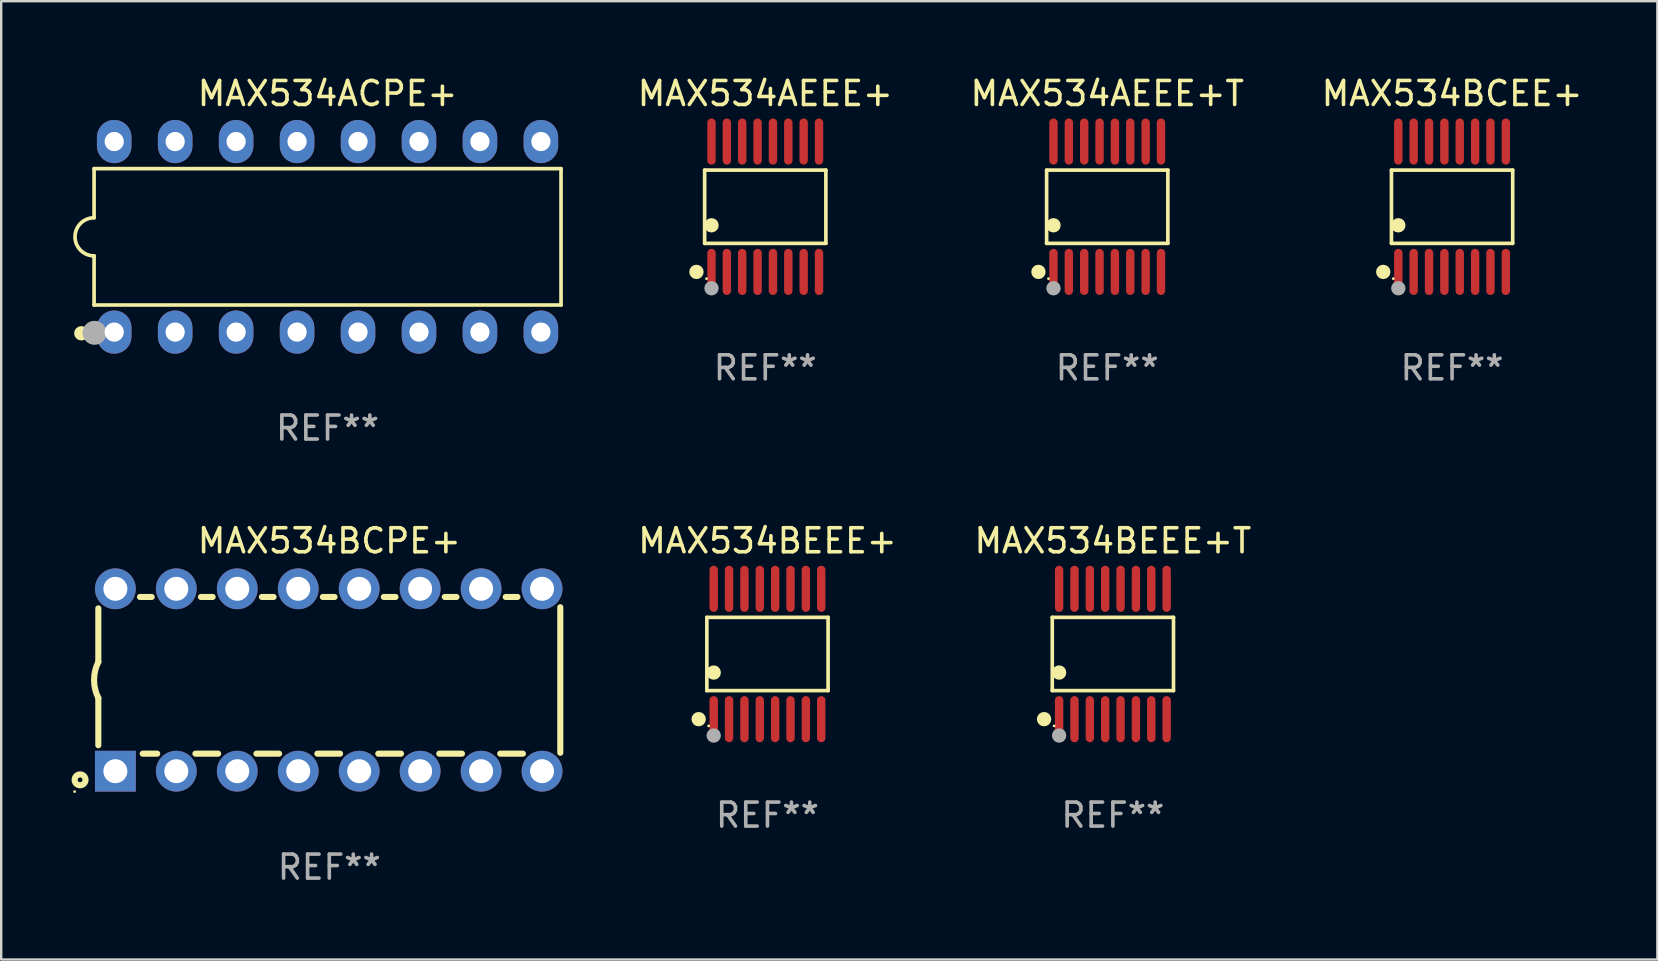
<source format=kicad_pcb>
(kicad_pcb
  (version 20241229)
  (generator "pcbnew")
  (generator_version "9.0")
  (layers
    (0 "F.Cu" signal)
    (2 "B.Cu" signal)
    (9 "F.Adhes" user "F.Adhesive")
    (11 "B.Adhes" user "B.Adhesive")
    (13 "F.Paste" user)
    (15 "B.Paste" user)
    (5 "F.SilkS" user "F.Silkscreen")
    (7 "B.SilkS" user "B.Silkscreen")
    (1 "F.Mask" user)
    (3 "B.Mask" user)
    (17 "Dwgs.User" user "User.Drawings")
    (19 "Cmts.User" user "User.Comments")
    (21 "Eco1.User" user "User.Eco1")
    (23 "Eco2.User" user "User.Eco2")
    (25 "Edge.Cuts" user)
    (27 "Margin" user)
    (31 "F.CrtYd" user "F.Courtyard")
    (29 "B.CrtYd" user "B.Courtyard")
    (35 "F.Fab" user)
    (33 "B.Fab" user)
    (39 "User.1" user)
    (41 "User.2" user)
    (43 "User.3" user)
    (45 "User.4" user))
  (footprint "MAX534AEEE+"
    (layer "F.Cu")
    (at 28.838 5.564)
    (property "Reference" "MAX534AEEE+" (at 0 -4.716 0) (layer "F.SilkS") (effects (font (size 1 1) (thickness 0.15))))
    (attr through_hole)
    (fp_line (start -2.526 -1.526) (end 2.526 -1.526) (stroke (width 0.152) (type solid)) (layer "F.SilkS"))
    (fp_line (start -2.526 1.526) (end -2.526 -1.526) (stroke (width 0.152) (type solid)) (layer "F.SilkS"))
    (fp_line (start 2.526 -1.526) (end 2.526 1.526) (stroke (width 0.152) (type solid)) (layer "F.SilkS"))
    (fp_line (start 2.526 1.526) (end -2.526 1.526) (stroke (width 0.152) (type solid)) (layer "F.SilkS"))
    (fp_circle (center -2.867 2.716) (end -2.717 2.716) (stroke (width 0.3) (type solid)) (fill no) (layer "F.SilkS"))
    (fp_circle (center -2.45 2.997) (end -2.42 2.997) (stroke (width 0.06) (type solid)) (fill no) (layer "F.SilkS"))
    (fp_circle (center -2.24 0.774) (end -2.09 0.774) (stroke (width 0.3) (type solid)) (fill no) (layer "F.SilkS"))
    (fp_circle (center -2.24 3.398) (end -2.09 3.398) (stroke (width 0.3) (type solid)) (fill no) (layer "F.Fab"))
    (fp_text user "REF**" (at 0 6.716 0) (layer "F.Fab") (effects (font (size 1 1) (thickness 0.15))))
    (pad "1" smd oval (at -2.24 2.716) (size 0.35 1.922) (layers "F.Cu" "F.Mask" "F.Paste"))
    (pad "2" smd oval (at -1.6 2.716) (size 0.35 1.922) (layers "F.Cu" "F.Mask" "F.Paste"))
    (pad "3" smd oval (at -0.96 2.716) (size 0.35 1.922) (layers "F.Cu" "F.Mask" "F.Paste"))
    (pad "4" smd oval (at -0.32 2.716) (size 0.35 1.922) (layers "F.Cu" "F.Mask" "F.Paste"))
    (pad "5" smd oval (at 0.32 2.716) (size 0.35 1.922) (layers "F.Cu" "F.Mask" "F.Paste"))
    (pad "6" smd oval (at 0.96 2.716) (size 0.35 1.922) (layers "F.Cu" "F.Mask" "F.Paste"))
    (pad "7" smd oval (at 1.6 2.716) (size 0.35 1.922) (layers "F.Cu" "F.Mask" "F.Paste"))
    (pad "8" smd oval (at 2.24 2.716) (size 0.35 1.922) (layers "F.Cu" "F.Mask" "F.Paste"))
    (pad "9" smd oval (at 2.24 -2.716) (size 0.35 1.922) (layers "F.Cu" "F.Mask" "F.Paste"))
    (pad "10" smd oval (at 1.6 -2.716) (size 0.35 1.922) (layers "F.Cu" "F.Mask" "F.Paste"))
    (pad "11" smd oval (at 0.96 -2.716) (size 0.35 1.922) (layers "F.Cu" "F.Mask" "F.Paste"))
    (pad "12" smd oval (at 0.32 -2.716) (size 0.35 1.922) (layers "F.Cu" "F.Mask" "F.Paste"))
    (pad "13" smd oval (at -0.32 -2.716) (size 0.35 1.922) (layers "F.Cu" "F.Mask" "F.Paste"))
    (pad "14" smd oval (at -0.96 -2.716) (size 0.35 1.922) (layers "F.Cu" "F.Mask" "F.Paste"))
    (pad "15" smd oval (at -1.6 -2.716) (size 0.35 1.922) (layers "F.Cu" "F.Mask" "F.Paste"))
    (pad "16" smd oval (at -2.24 -2.716) (size 0.35 1.922) (layers "F.Cu" "F.Mask" "F.Paste")))
  (footprint "MAX534BEEE+T"
    (layer "F.Cu")
    (at 43.323 24.201)
    (property "Reference" "MAX534BEEE+T" (at 0 -4.716 0) (layer "F.SilkS") (effects (font (size 1 1) (thickness 0.15))))
    (attr through_hole)
    (fp_line (start -2.526 -1.526) (end 2.526 -1.526) (stroke (width 0.152) (type solid)) (layer "F.SilkS"))
    (fp_line (start -2.526 1.526) (end -2.526 -1.526) (stroke (width 0.152) (type solid)) (layer "F.SilkS"))
    (fp_line (start 2.526 -1.526) (end 2.526 1.526) (stroke (width 0.152) (type solid)) (layer "F.SilkS"))
    (fp_line (start 2.526 1.526) (end -2.526 1.526) (stroke (width 0.152) (type solid)) (layer "F.SilkS"))
    (fp_circle (center -2.867 2.716) (end -2.717 2.716) (stroke (width 0.3) (type solid)) (fill no) (layer "F.SilkS"))
    (fp_circle (center -2.45 2.997) (end -2.42 2.997) (stroke (width 0.06) (type solid)) (fill no) (layer "F.SilkS"))
    (fp_circle (center -2.24 0.774) (end -2.09 0.774) (stroke (width 0.3) (type solid)) (fill no) (layer "F.SilkS"))
    (fp_circle (center -2.24 3.398) (end -2.09 3.398) (stroke (width 0.3) (type solid)) (fill no) (layer "F.Fab"))
    (fp_text user "REF**" (at 0 6.716 0) (layer "F.Fab") (effects (font (size 1 1) (thickness 0.15))))
    (pad "1" smd oval (at -2.24 2.716) (size 0.35 1.922) (layers "F.Cu" "F.Mask" "F.Paste"))
    (pad "2" smd oval (at -1.6 2.716) (size 0.35 1.922) (layers "F.Cu" "F.Mask" "F.Paste"))
    (pad "3" smd oval (at -0.96 2.716) (size 0.35 1.922) (layers "F.Cu" "F.Mask" "F.Paste"))
    (pad "4" smd oval (at -0.32 2.716) (size 0.35 1.922) (layers "F.Cu" "F.Mask" "F.Paste"))
    (pad "5" smd oval (at 0.32 2.716) (size 0.35 1.922) (layers "F.Cu" "F.Mask" "F.Paste"))
    (pad "6" smd oval (at 0.96 2.716) (size 0.35 1.922) (layers "F.Cu" "F.Mask" "F.Paste"))
    (pad "7" smd oval (at 1.6 2.716) (size 0.35 1.922) (layers "F.Cu" "F.Mask" "F.Paste"))
    (pad "8" smd oval (at 2.24 2.716) (size 0.35 1.922) (layers "F.Cu" "F.Mask" "F.Paste"))
    (pad "9" smd oval (at 2.24 -2.716) (size 0.35 1.922) (layers "F.Cu" "F.Mask" "F.Paste"))
    (pad "10" smd oval (at 1.6 -2.716) (size 0.35 1.922) (layers "F.Cu" "F.Mask" "F.Paste"))
    (pad "11" smd oval (at 0.96 -2.716) (size 0.35 1.922) (layers "F.Cu" "F.Mask" "F.Paste"))
    (pad "12" smd oval (at 0.32 -2.716) (size 0.35 1.922) (layers "F.Cu" "F.Mask" "F.Paste"))
    (pad "13" smd oval (at -0.32 -2.716) (size 0.35 1.922) (layers "F.Cu" "F.Mask" "F.Paste"))
    (pad "14" smd oval (at -0.96 -2.716) (size 0.35 1.922) (layers "F.Cu" "F.Mask" "F.Paste"))
    (pad "15" smd oval (at -1.6 -2.716) (size 0.35 1.922) (layers "F.Cu" "F.Mask" "F.Paste"))
    (pad "16" smd oval (at -2.24 -2.716) (size 0.35 1.922) (layers "F.Cu" "F.Mask" "F.Paste")))
  (footprint "MAX534BEEE+"
    (layer "F.Cu")
    (at 28.93 24.201)
    (property "Reference" "MAX534BEEE+" (at 0 -4.716 0) (layer "F.SilkS") (effects (font (size 1 1) (thickness 0.15))))
    (attr through_hole)
    (fp_line (start -2.526 -1.526) (end 2.526 -1.526) (stroke (width 0.152) (type solid)) (layer "F.SilkS"))
    (fp_line (start -2.526 1.526) (end -2.526 -1.526) (stroke (width 0.152) (type solid)) (layer "F.SilkS"))
    (fp_line (start 2.526 -1.526) (end 2.526 1.526) (stroke (width 0.152) (type solid)) (layer "F.SilkS"))
    (fp_line (start 2.526 1.526) (end -2.526 1.526) (stroke (width 0.152) (type solid)) (layer "F.SilkS"))
    (fp_circle (center -2.867 2.716) (end -2.717 2.716) (stroke (width 0.3) (type solid)) (fill no) (layer "F.SilkS"))
    (fp_circle (center -2.45 2.997) (end -2.42 2.997) (stroke (width 0.06) (type solid)) (fill no) (layer "F.SilkS"))
    (fp_circle (center -2.24 0.774) (end -2.09 0.774) (stroke (width 0.3) (type solid)) (fill no) (layer "F.SilkS"))
    (fp_circle (center -2.24 3.398) (end -2.09 3.398) (stroke (width 0.3) (type solid)) (fill no) (layer "F.Fab"))
    (fp_text user "REF**" (at 0 6.716 0) (layer "F.Fab") (effects (font (size 1 1) (thickness 0.15))))
    (pad "1" smd oval (at -2.24 2.716) (size 0.35 1.922) (layers "F.Cu" "F.Mask" "F.Paste"))
    (pad "2" smd oval (at -1.6 2.716) (size 0.35 1.922) (layers "F.Cu" "F.Mask" "F.Paste"))
    (pad "3" smd oval (at -0.96 2.716) (size 0.35 1.922) (layers "F.Cu" "F.Mask" "F.Paste"))
    (pad "4" smd oval (at -0.32 2.716) (size 0.35 1.922) (layers "F.Cu" "F.Mask" "F.Paste"))
    (pad "5" smd oval (at 0.32 2.716) (size 0.35 1.922) (layers "F.Cu" "F.Mask" "F.Paste"))
    (pad "6" smd oval (at 0.96 2.716) (size 0.35 1.922) (layers "F.Cu" "F.Mask" "F.Paste"))
    (pad "7" smd oval (at 1.6 2.716) (size 0.35 1.922) (layers "F.Cu" "F.Mask" "F.Paste"))
    (pad "8" smd oval (at 2.24 2.716) (size 0.35 1.922) (layers "F.Cu" "F.Mask" "F.Paste"))
    (pad "9" smd oval (at 2.24 -2.716) (size 0.35 1.922) (layers "F.Cu" "F.Mask" "F.Paste"))
    (pad "10" smd oval (at 1.6 -2.716) (size 0.35 1.922) (layers "F.Cu" "F.Mask" "F.Paste"))
    (pad "11" smd oval (at 0.96 -2.716) (size 0.35 1.922) (layers "F.Cu" "F.Mask" "F.Paste"))
    (pad "12" smd oval (at 0.32 -2.716) (size 0.35 1.922) (layers "F.Cu" "F.Mask" "F.Paste"))
    (pad "13" smd oval (at -0.32 -2.716) (size 0.35 1.922) (layers "F.Cu" "F.Mask" "F.Paste"))
    (pad "14" smd oval (at -0.96 -2.716) (size 0.35 1.922) (layers "F.Cu" "F.Mask" "F.Paste"))
    (pad "15" smd oval (at -1.6 -2.716) (size 0.35 1.922) (layers "F.Cu" "F.Mask" "F.Paste"))
    (pad "16" smd oval (at -2.24 -2.716) (size 0.35 1.922) (layers "F.Cu" "F.Mask" "F.Paste")))
  (footprint "MAX534ACPE+"
    (layer "F.Cu")
    (at 10.599 6.818)
    (property "Reference" "MAX534ACPE+" (at 0 -5.97 0) (layer "F.SilkS") (effects (font (size 1 1) (thickness 0.15))))
    (attr through_hole)
    (fp_line (start -9.729 -2.841) (end -9.729 -0.794) (stroke (width 0.152) (type solid)) (layer "F.SilkS"))
    (fp_line (start -9.729 0.794) (end -9.729 2.841) (stroke (width 0.152) (type solid)) (layer "F.SilkS"))
    (fp_line (start -9.729 2.841) (end 9.729 2.841) (stroke (width 0.152) (type solid)) (layer "F.SilkS"))
    (fp_line (start 9.729 -2.841) (end -9.729 -2.841) (stroke (width 0.152) (type solid)) (layer "F.SilkS"))
    (fp_line (start 9.729 2.841) (end 9.729 -2.841) (stroke (width 0.152) (type solid)) (layer "F.SilkS"))
    (fp_arc (start -9.7287 0.793749) (mid -10.522449 0) (end -9.7287 -0.793749) (stroke (width 0.1524) (type solid)) (layer "F.SilkS"))
    (fp_circle (center -10.26 4.02) (end -10.11 4.02) (stroke (width 0.3) (type solid)) (fill no) (layer "F.SilkS"))
    (fp_circle (center -9.653 4.23) (end -9.623 4.23) (stroke (width 0.06) (type solid)) (fill no) (layer "F.SilkS"))
    (fp_circle (center -9.71 4) (end -9.46 4) (stroke (width 0.5) (type solid)) (fill no) (layer "F.Fab"))
    (fp_text user "REF**" (at 0 7.97 0) (layer "F.Fab") (effects (font (size 1 1) (thickness 0.15))))
    (pad "1" thru_hole oval (at -8.89 3.97) (size 1.44 1.8) (drill 0.8) (layers "*.Cu" "*.Mask"))
    (pad "2" thru_hole oval (at -6.35 3.97) (size 1.44 1.8) (drill 0.8) (layers "*.Cu" "*.Mask"))
    (pad "3" thru_hole oval (at -3.81 3.97) (size 1.44 1.8) (drill 0.8) (layers "*.Cu" "*.Mask"))
    (pad "4" thru_hole oval (at -1.27 3.97) (size 1.44 1.8) (drill 0.8) (layers "*.Cu" "*.Mask"))
    (pad "5" thru_hole oval (at 1.27 3.97) (size 1.44 1.8) (drill 0.8) (layers "*.Cu" "*.Mask"))
    (pad "6" thru_hole oval (at 3.81 3.97) (size 1.44 1.8) (drill 0.8) (layers "*.Cu" "*.Mask"))
    (pad "7" thru_hole oval (at 6.35 3.97) (size 1.44 1.8) (drill 0.8) (layers "*.Cu" "*.Mask"))
    (pad "8" thru_hole oval (at 8.89 3.97) (size 1.44 1.8) (drill 0.8) (layers "*.Cu" "*.Mask"))
    (pad "9" thru_hole oval (at 8.89 -3.97) (size 1.44 1.8) (drill 0.8) (layers "*.Cu" "*.Mask"))
    (pad "10" thru_hole oval (at 6.35 -3.97) (size 1.44 1.8) (drill 0.8) (layers "*.Cu" "*.Mask"))
    (pad "11" thru_hole oval (at 3.81 -3.97) (size 1.44 1.8) (drill 0.8) (layers "*.Cu" "*.Mask"))
    (pad "12" thru_hole oval (at 1.27 -3.97) (size 1.44 1.8) (drill 0.8) (layers "*.Cu" "*.Mask"))
    (pad "13" thru_hole oval (at -1.27 -3.97) (size 1.44 1.8) (drill 0.8) (layers "*.Cu" "*.Mask"))
    (pad "14" thru_hole oval (at -3.81 -3.97) (size 1.44 1.8) (drill 0.8) (layers "*.Cu" "*.Mask"))
    (pad "15" thru_hole oval (at -6.35 -3.97) (size 1.44 1.8) (drill 0.8) (layers "*.Cu" "*.Mask"))
    (pad "16" thru_hole oval (at -8.89 -3.97) (size 1.44 1.8) (drill 0.8) (layers "*.Cu" "*.Mask")))
  (footprint "MAX534BCPE+"
    (layer "F.Cu")
    (at 10.672 25.285)
    (property "Reference" "MAX534BCPE+" (at 0 -5.8 0) (layer "F.SilkS") (effects (font (size 1 1) (thickness 0.15))))
    (attr through_hole)
    (fp_line (start -9.625 -0.75) (end -9.625 -2.985) (stroke (width 0.254) (type solid)) (layer "F.SilkS"))
    (fp_line (start -9.625 0.749) (end -9.625 2.719) (stroke (width 0.254) (type solid)) (layer "F.SilkS"))
    (fp_line (start -7.889 -3.46) (end -7.401 -3.46) (stroke (width 0.254) (type solid)) (layer "F.SilkS"))
    (fp_line (start -7.775 3.07) (end -7.172 3.07) (stroke (width 0.254) (type solid)) (layer "F.SilkS"))
    (fp_line (start -5.578 3.07) (end -4.632 3.07) (stroke (width 0.254) (type solid)) (layer "F.SilkS"))
    (fp_line (start -5.349 -3.46) (end -4.861 -3.46) (stroke (width 0.254) (type solid)) (layer "F.SilkS"))
    (fp_line (start -3.038 3.07) (end -2.092 3.07) (stroke (width 0.254) (type solid)) (layer "F.SilkS"))
    (fp_line (start -2.809 -3.46) (end -2.321 -3.46) (stroke (width 0.254) (type solid)) (layer "F.SilkS"))
    (fp_line (start -0.498 3.07) (end 0.448 3.07) (stroke (width 0.254) (type solid)) (layer "F.SilkS"))
    (fp_line (start -0.269 -3.46) (end 0.219 -3.46) (stroke (width 0.254) (type solid)) (layer "F.SilkS"))
    (fp_line (start 2.042 3.07) (end 2.988 3.07) (stroke (width 0.254) (type solid)) (layer "F.SilkS"))
    (fp_line (start 2.271 -3.46) (end 2.759 -3.46) (stroke (width 0.254) (type solid)) (layer "F.SilkS"))
    (fp_line (start 4.582 3.07) (end 5.528 3.07) (stroke (width 0.254) (type solid)) (layer "F.SilkS"))
    (fp_line (start 4.811 -3.46) (end 5.299 -3.46) (stroke (width 0.254) (type solid)) (layer "F.SilkS"))
    (fp_line (start 7.122 3.07) (end 8.068 3.07) (stroke (width 0.254) (type solid)) (layer "F.SilkS"))
    (fp_line (start 7.351 -3.46) (end 7.839 -3.46) (stroke (width 0.254) (type solid)) (layer "F.SilkS"))
    (fp_line (start 9.625 3.032) (end 9.625 -3.032) (stroke (width 0.254) (type solid)) (layer "F.SilkS"))
    (fp_arc (start -9.62498 0.748819) (mid -9.801899 -0.000581) (end -9.625006 -0.749987) (stroke (width 0.254001) (type solid)) (layer "F.SilkS"))
    (fp_circle (center -10.612 4.65) (end -10.582 4.65) (stroke (width 0.06) (type solid)) (fill no) (layer "F.SilkS"))
    (fp_circle (center -10.385 4.16) (end -10.285 4.16) (stroke (width 0.254) (type solid)) (fill no) (layer "F.SilkS"))
    (fp_text user "REF**" (at 0 7.8 0) (layer "F.Fab") (effects (font (size 1 1) (thickness 0.15))))
    (pad "1" thru_hole rect (at -8.915 3.8 90) (size 1.7 1.7) (drill 1) (layers "*.Cu" "*.Mask"))
    (pad "2" thru_hole circle (at -6.375 3.8) (size 1.7 1.7) (drill 1) (layers "*.Cu" "*.Mask"))
    (pad "3" thru_hole circle (at -3.835 3.8) (size 1.7 1.7) (drill 1) (layers "*.Cu" "*.Mask"))
    (pad "4" thru_hole circle (at -1.295 3.8) (size 1.7 1.7) (drill 1) (layers "*.Cu" "*.Mask"))
    (pad "5" thru_hole circle (at 1.245 3.8) (size 1.7 1.7) (drill 1) (layers "*.Cu" "*.Mask"))
    (pad "6" thru_hole circle (at 3.785 3.8) (size 1.7 1.7) (drill 1) (layers "*.Cu" "*.Mask"))
    (pad "7" thru_hole circle (at 6.325 3.8) (size 1.7 1.7) (drill 1) (layers "*.Cu" "*.Mask"))
    (pad "8" thru_hole circle (at 8.865 3.8) (size 1.7 1.7) (drill 1) (layers "*.Cu" "*.Mask"))
    (pad "9" thru_hole circle (at 8.865 -3.8) (size 1.7 1.7) (drill 1) (layers "*.Cu" "*.Mask"))
    (pad "10" thru_hole circle (at 6.325 -3.8) (size 1.7 1.7) (drill 1) (layers "*.Cu" "*.Mask"))
    (pad "11" thru_hole circle (at 3.785 -3.8) (size 1.7 1.7) (drill 1) (layers "*.Cu" "*.Mask"))
    (pad "12" thru_hole circle (at 1.245 -3.8) (size 1.7 1.7) (drill 1) (layers "*.Cu" "*.Mask"))
    (pad "13" thru_hole circle (at -1.295 -3.8) (size 1.7 1.7) (drill 1) (layers "*.Cu" "*.Mask"))
    (pad "14" thru_hole circle (at -3.835 -3.8) (size 1.7 1.7) (drill 1) (layers "*.Cu" "*.Mask"))
    (pad "15" thru_hole circle (at -6.375 -3.8) (size 1.7 1.7) (drill 1) (layers "*.Cu" "*.Mask"))
    (pad "16" thru_hole circle (at -8.915 -3.8) (size 1.7 1.7) (drill 1) (layers "*.Cu" "*.Mask")))
  (footprint "MAX534AEEE+T"
    (layer "F.Cu")
    (at 43.088 5.564)
    (property "Reference" "MAX534AEEE+T" (at 0 -4.716 0) (layer "F.SilkS") (effects (font (size 1 1) (thickness 0.15))))
    (attr through_hole)
    (fp_line (start -2.526 -1.526) (end 2.526 -1.526) (stroke (width 0.152) (type solid)) (layer "F.SilkS"))
    (fp_line (start -2.526 1.526) (end -2.526 -1.526) (stroke (width 0.152) (type solid)) (layer "F.SilkS"))
    (fp_line (start 2.526 -1.526) (end 2.526 1.526) (stroke (width 0.152) (type solid)) (layer "F.SilkS"))
    (fp_line (start 2.526 1.526) (end -2.526 1.526) (stroke (width 0.152) (type solid)) (layer "F.SilkS"))
    (fp_circle (center -2.867 2.716) (end -2.717 2.716) (stroke (width 0.3) (type solid)) (fill no) (layer "F.SilkS"))
    (fp_circle (center -2.45 2.997) (end -2.42 2.997) (stroke (width 0.06) (type solid)) (fill no) (layer "F.SilkS"))
    (fp_circle (center -2.24 0.774) (end -2.09 0.774) (stroke (width 0.3) (type solid)) (fill no) (layer "F.SilkS"))
    (fp_circle (center -2.24 3.398) (end -2.09 3.398) (stroke (width 0.3) (type solid)) (fill no) (layer "F.Fab"))
    (fp_text user "REF**" (at 0 6.716 0) (layer "F.Fab") (effects (font (size 1 1) (thickness 0.15))))
    (pad "1" smd oval (at -2.24 2.716) (size 0.35 1.922) (layers "F.Cu" "F.Mask" "F.Paste"))
    (pad "2" smd oval (at -1.6 2.716) (size 0.35 1.922) (layers "F.Cu" "F.Mask" "F.Paste"))
    (pad "3" smd oval (at -0.96 2.716) (size 0.35 1.922) (layers "F.Cu" "F.Mask" "F.Paste"))
    (pad "4" smd oval (at -0.32 2.716) (size 0.35 1.922) (layers "F.Cu" "F.Mask" "F.Paste"))
    (pad "5" smd oval (at 0.32 2.716) (size 0.35 1.922) (layers "F.Cu" "F.Mask" "F.Paste"))
    (pad "6" smd oval (at 0.96 2.716) (size 0.35 1.922) (layers "F.Cu" "F.Mask" "F.Paste"))
    (pad "7" smd oval (at 1.6 2.716) (size 0.35 1.922) (layers "F.Cu" "F.Mask" "F.Paste"))
    (pad "8" smd oval (at 2.24 2.716) (size 0.35 1.922) (layers "F.Cu" "F.Mask" "F.Paste"))
    (pad "9" smd oval (at 2.24 -2.716) (size 0.35 1.922) (layers "F.Cu" "F.Mask" "F.Paste"))
    (pad "10" smd oval (at 1.6 -2.716) (size 0.35 1.922) (layers "F.Cu" "F.Mask" "F.Paste"))
    (pad "11" smd oval (at 0.96 -2.716) (size 0.35 1.922) (layers "F.Cu" "F.Mask" "F.Paste"))
    (pad "12" smd oval (at 0.32 -2.716) (size 0.35 1.922) (layers "F.Cu" "F.Mask" "F.Paste"))
    (pad "13" smd oval (at -0.32 -2.716) (size 0.35 1.922) (layers "F.Cu" "F.Mask" "F.Paste"))
    (pad "14" smd oval (at -0.96 -2.716) (size 0.35 1.922) (layers "F.Cu" "F.Mask" "F.Paste"))
    (pad "15" smd oval (at -1.6 -2.716) (size 0.35 1.922) (layers "F.Cu" "F.Mask" "F.Paste"))
    (pad "16" smd oval (at -2.24 -2.716) (size 0.35 1.922) (layers "F.Cu" "F.Mask" "F.Paste")))
  (footprint "MAX534BCEE+"
    (layer "F.Cu")
    (at 57.457 5.564)
    (property "Reference" "MAX534BCEE+" (at 0 -4.716 0) (layer "F.SilkS") (effects (font (size 1 1) (thickness 0.15))))
    (attr through_hole)
    (fp_line (start -2.526 -1.526) (end 2.526 -1.526) (stroke (width 0.152) (type solid)) (layer "F.SilkS"))
    (fp_line (start -2.526 1.526) (end -2.526 -1.526) (stroke (width 0.152) (type solid)) (layer "F.SilkS"))
    (fp_line (start 2.526 -1.526) (end 2.526 1.526) (stroke (width 0.152) (type solid)) (layer "F.SilkS"))
    (fp_line (start 2.526 1.526) (end -2.526 1.526) (stroke (width 0.152) (type solid)) (layer "F.SilkS"))
    (fp_circle (center -2.867 2.716) (end -2.717 2.716) (stroke (width 0.3) (type solid)) (fill no) (layer "F.SilkS"))
    (fp_circle (center -2.45 2.997) (end -2.42 2.997) (stroke (width 0.06) (type solid)) (fill no) (layer "F.SilkS"))
    (fp_circle (center -2.24 0.774) (end -2.09 0.774) (stroke (width 0.3) (type solid)) (fill no) (layer "F.SilkS"))
    (fp_circle (center -2.24 3.398) (end -2.09 3.398) (stroke (width 0.3) (type solid)) (fill no) (layer "F.Fab"))
    (fp_text user "REF**" (at 0 6.716 0) (layer "F.Fab") (effects (font (size 1 1) (thickness 0.15))))
    (pad "1" smd oval (at -2.24 2.716) (size 0.35 1.922) (layers "F.Cu" "F.Mask" "F.Paste"))
    (pad "2" smd oval (at -1.6 2.716) (size 0.35 1.922) (layers "F.Cu" "F.Mask" "F.Paste"))
    (pad "3" smd oval (at -0.96 2.716) (size 0.35 1.922) (layers "F.Cu" "F.Mask" "F.Paste"))
    (pad "4" smd oval (at -0.32 2.716) (size 0.35 1.922) (layers "F.Cu" "F.Mask" "F.Paste"))
    (pad "5" smd oval (at 0.32 2.716) (size 0.35 1.922) (layers "F.Cu" "F.Mask" "F.Paste"))
    (pad "6" smd oval (at 0.96 2.716) (size 0.35 1.922) (layers "F.Cu" "F.Mask" "F.Paste"))
    (pad "7" smd oval (at 1.6 2.716) (size 0.35 1.922) (layers "F.Cu" "F.Mask" "F.Paste"))
    (pad "8" smd oval (at 2.24 2.716) (size 0.35 1.922) (layers "F.Cu" "F.Mask" "F.Paste"))
    (pad "9" smd oval (at 2.24 -2.716) (size 0.35 1.922) (layers "F.Cu" "F.Mask" "F.Paste"))
    (pad "10" smd oval (at 1.6 -2.716) (size 0.35 1.922) (layers "F.Cu" "F.Mask" "F.Paste"))
    (pad "11" smd oval (at 0.96 -2.716) (size 0.35 1.922) (layers "F.Cu" "F.Mask" "F.Paste"))
    (pad "12" smd oval (at 0.32 -2.716) (size 0.35 1.922) (layers "F.Cu" "F.Mask" "F.Paste"))
    (pad "13" smd oval (at -0.32 -2.716) (size 0.35 1.922) (layers "F.Cu" "F.Mask" "F.Paste"))
    (pad "14" smd oval (at -0.96 -2.716) (size 0.35 1.922) (layers "F.Cu" "F.Mask" "F.Paste"))
    (pad "15" smd oval (at -1.6 -2.716) (size 0.35 1.922) (layers "F.Cu" "F.Mask" "F.Paste"))
    (pad "16" smd oval (at -2.24 -2.716) (size 0.35 1.922) (layers "F.Cu" "F.Mask" "F.Paste")))
  (gr_rect
    (start -3 -3)
    (end 66.011 36.933)
    (stroke (width 0.1) (type default))
    (fill no)
    (layer "Edge.Cuts")))
</source>
